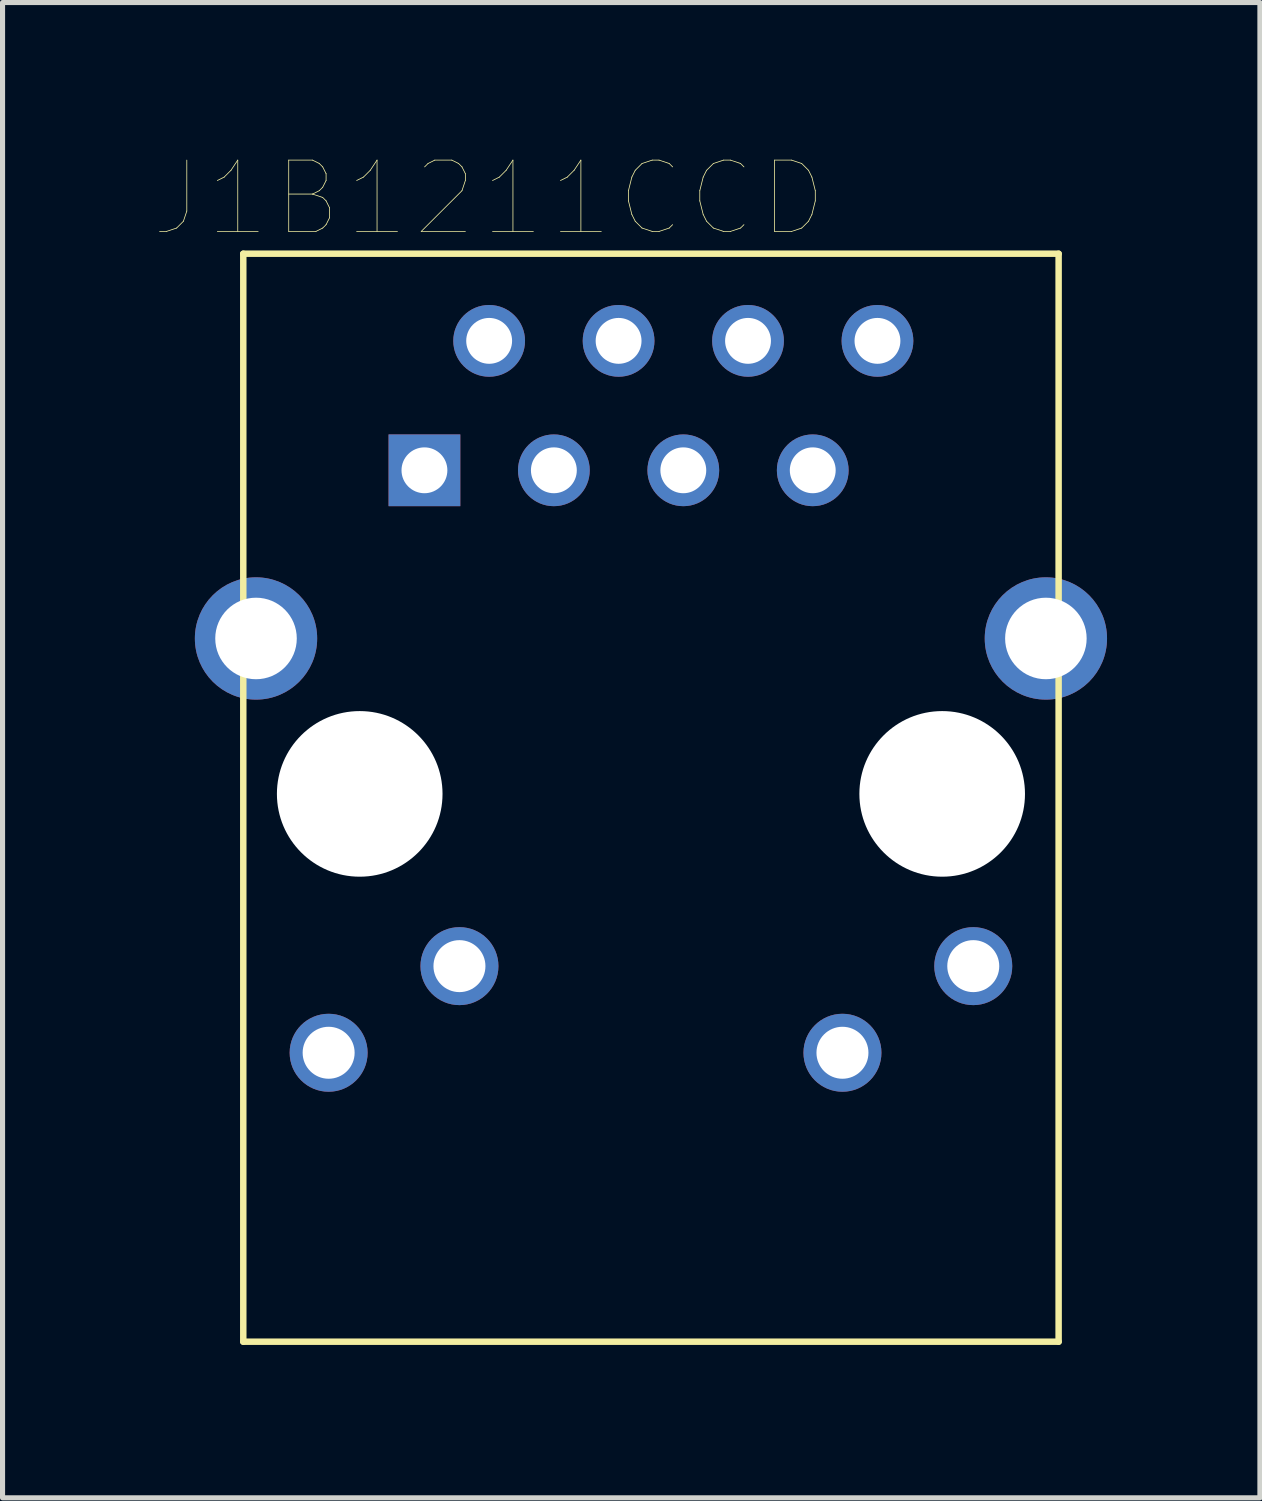
<source format=kicad_pcb>
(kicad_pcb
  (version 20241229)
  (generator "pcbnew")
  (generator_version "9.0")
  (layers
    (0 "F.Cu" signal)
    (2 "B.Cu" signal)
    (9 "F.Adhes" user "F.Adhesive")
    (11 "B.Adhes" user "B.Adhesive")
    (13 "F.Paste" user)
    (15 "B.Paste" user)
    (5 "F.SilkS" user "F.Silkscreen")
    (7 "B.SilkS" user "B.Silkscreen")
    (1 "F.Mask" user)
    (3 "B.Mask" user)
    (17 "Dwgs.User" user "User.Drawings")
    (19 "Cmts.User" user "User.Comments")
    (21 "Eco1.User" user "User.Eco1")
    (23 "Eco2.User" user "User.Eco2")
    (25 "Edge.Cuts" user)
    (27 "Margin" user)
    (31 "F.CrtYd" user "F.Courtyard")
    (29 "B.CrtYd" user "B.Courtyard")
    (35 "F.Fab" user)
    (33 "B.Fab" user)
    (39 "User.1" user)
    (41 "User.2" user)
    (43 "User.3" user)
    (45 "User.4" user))
  (footprint "J1B1211CCD"
    (layer "F.Cu")
    (at 9.724 12.529)
    (property "Reference" "J1B1211CCD" (at -3.175 -11.684 0) (layer "F.SilkS") (effects (font (size 1.4 1.4) (thickness 0.015))))
    (attr through_hole)
    (fp_line (start -8 -10.6) (end -8 10.75) (stroke (width 0.127) (type solid)) (layer "F.SilkS"))
    (fp_line (start -8 10.75) (end 8 10.75) (stroke (width 0.127) (type solid)) (layer "F.SilkS"))
    (fp_line (start 8 -10.6) (end -8 -10.6) (stroke (width 0.127) (type solid)) (layer "F.SilkS"))
    (fp_line (start 8 10.75) (end 8 -10.6) (stroke (width 0.127) (type solid)) (layer "F.SilkS"))
    (pad "" np_thru_hole circle (at -5.715 0) (size 3.25 3.25) (drill 3.25) (layers "*.Cu" "*.Mask"))
    (pad "" np_thru_hole circle (at 5.715 0) (size 3.25 3.25) (drill 3.25) (layers "*.Cu" "*.Mask"))
    (pad "1" thru_hole rect (at -4.445 -6.35) (size 1.408 1.408) (drill 0.9) (layers "*.Cu" "*.Mask"))
    (pad "2" thru_hole circle (at -3.175 -8.89) (size 1.408 1.408) (drill 0.9) (layers "*.Cu" "*.Mask"))
    (pad "3" thru_hole circle (at -1.905 -6.35) (size 1.408 1.408) (drill 0.9) (layers "*.Cu" "*.Mask"))
    (pad "4" thru_hole circle (at -0.635 -8.89) (size 1.408 1.408) (drill 0.9) (layers "*.Cu" "*.Mask"))
    (pad "5" thru_hole circle (at 0.635 -6.35) (size 1.408 1.408) (drill 0.9) (layers "*.Cu" "*.Mask"))
    (pad "6" thru_hole circle (at 1.905 -8.89) (size 1.408 1.408) (drill 0.9) (layers "*.Cu" "*.Mask"))
    (pad "7" thru_hole circle (at 3.175 -6.35) (size 1.408 1.408) (drill 0.9) (layers "*.Cu" "*.Mask"))
    (pad "8" thru_hole circle (at 4.445 -8.89) (size 1.408 1.408) (drill 0.9) (layers "*.Cu" "*.Mask"))
    (pad "9" thru_hole circle (at -6.325 5.08) (size 1.53 1.53) (drill 1.02) (layers "*.Cu" "*.Mask"))
    (pad "10" thru_hole circle (at -3.758 3.38) (size 1.53 1.53) (drill 1.02) (layers "*.Cu" "*.Mask"))
    (pad "11" thru_hole circle (at 3.758 5.08) (size 1.53 1.53) (drill 1.02) (layers "*.Cu" "*.Mask"))
    (pad "12" thru_hole circle (at 6.325 3.38) (size 1.53 1.53) (drill 1.02) (layers "*.Cu" "*.Mask"))
    (pad "13" thru_hole circle (at -7.75 -3.05) (size 2.4 2.4) (drill 1.6) (layers "*.Cu" "*.Mask"))
    (pad "14" thru_hole circle (at 7.75 -3.05) (size 2.4 2.4) (drill 1.6) (layers "*.Cu" "*.Mask")))
  (gr_rect
    (start -3 -3)
    (end 21.674 26.343)
    (stroke (width 0.1) (type default))
    (fill no)
    (layer "Edge.Cuts")))
</source>
